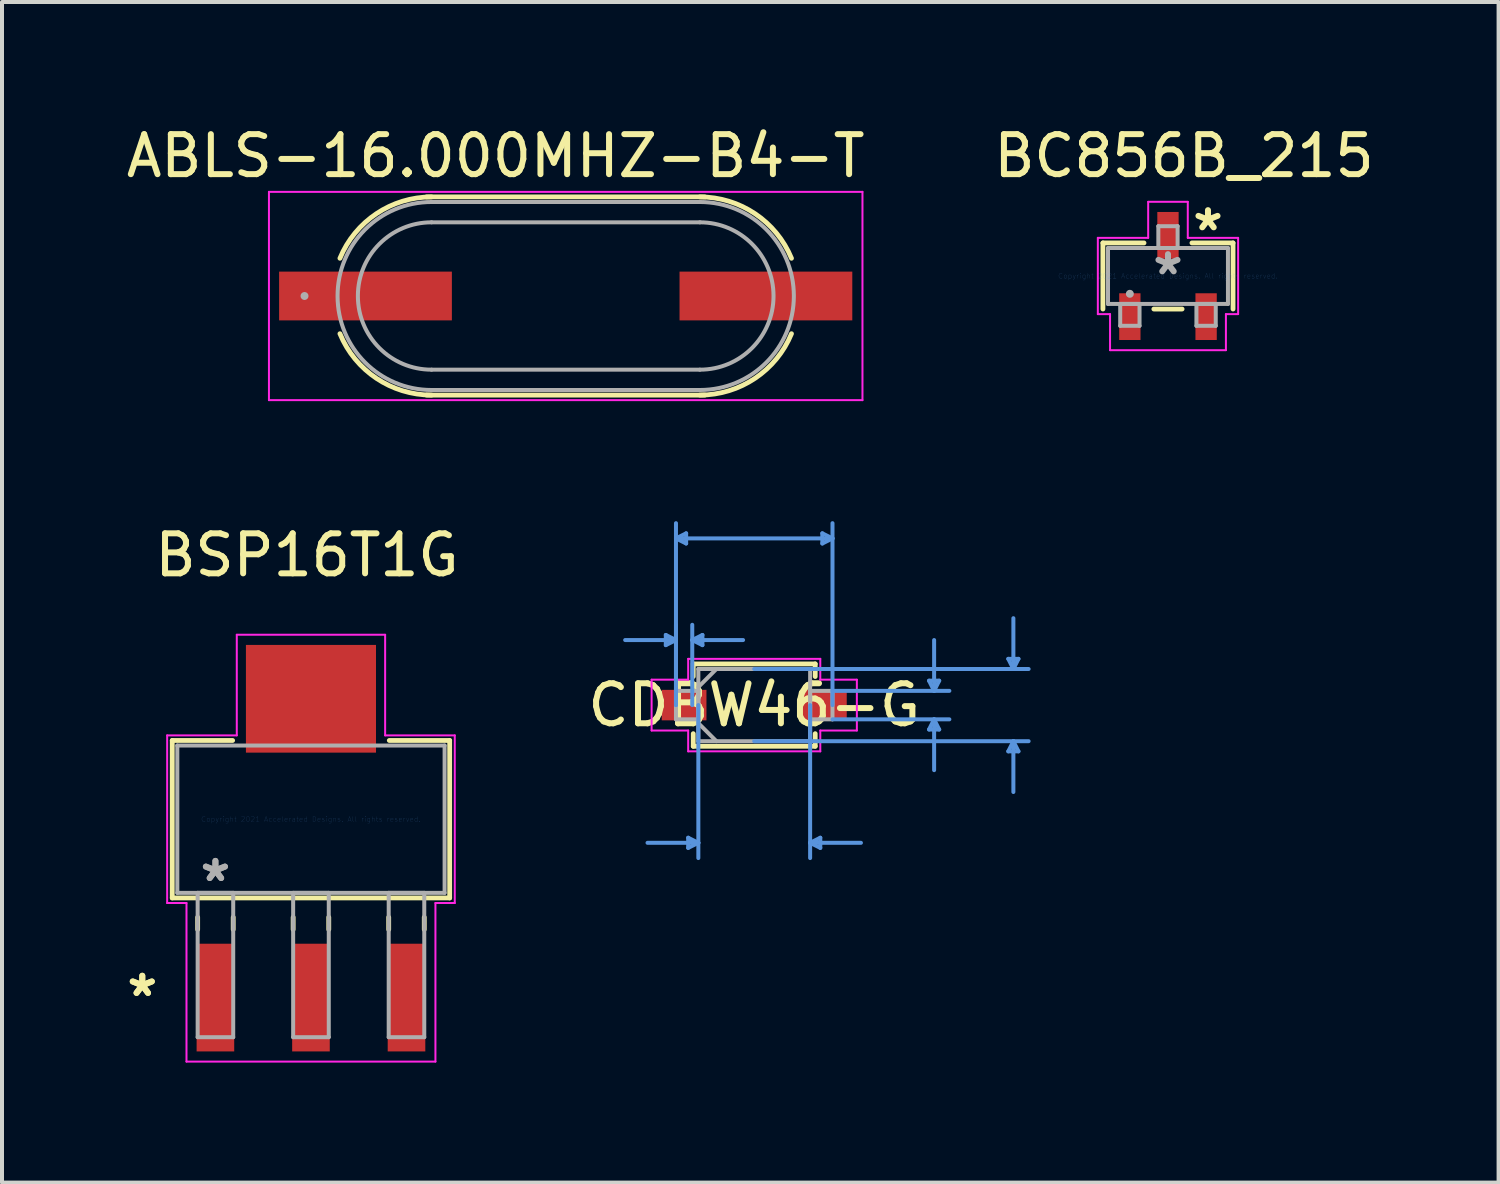
<source format=kicad_pcb>
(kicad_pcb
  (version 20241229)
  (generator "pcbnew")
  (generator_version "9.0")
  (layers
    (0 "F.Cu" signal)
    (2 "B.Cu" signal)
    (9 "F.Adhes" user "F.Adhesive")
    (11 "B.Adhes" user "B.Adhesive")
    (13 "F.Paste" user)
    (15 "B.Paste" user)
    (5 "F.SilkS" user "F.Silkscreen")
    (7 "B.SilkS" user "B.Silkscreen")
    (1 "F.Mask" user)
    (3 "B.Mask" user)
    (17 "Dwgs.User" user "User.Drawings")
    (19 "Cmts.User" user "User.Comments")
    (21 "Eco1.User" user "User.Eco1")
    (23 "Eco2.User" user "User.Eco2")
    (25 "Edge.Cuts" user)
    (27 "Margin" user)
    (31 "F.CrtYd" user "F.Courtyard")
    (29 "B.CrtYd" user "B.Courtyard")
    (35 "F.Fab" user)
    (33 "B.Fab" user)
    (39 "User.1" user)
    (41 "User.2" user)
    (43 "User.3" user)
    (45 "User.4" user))
  (footprint "BSP16T1G"
    (layer "F.Cu")
    (at 4.722 17.425)
    (property "Reference" "BSP16T1G" (at -0.1 -6.6 0) (layer "F.SilkS") (effects (font (size 1 1) (thickness 0.15))))
    (attr through_hole)
    (fp_line (start -3.467 -1.968) (end -3.467 1.968) (stroke (width 0.12) (type solid)) (layer "F.SilkS"))
    (fp_line (start -3.467 1.968) (end 3.467 1.968) (stroke (width 0.12) (type solid)) (layer "F.SilkS"))
    (fp_line (start -2.832 2.451) (end -2.832 2.756) (stroke (width 0.12) (type solid)) (layer "F.SilkS"))
    (fp_line (start -1.958 -1.968) (end -3.467 -1.968) (stroke (width 0.12) (type solid)) (layer "F.SilkS"))
    (fp_line (start -1.943 2.451) (end -1.943 2.756) (stroke (width 0.12) (type solid)) (layer "F.SilkS"))
    (fp_line (start -0.445 2.451) (end -0.445 2.756) (stroke (width 0.12) (type solid)) (layer "F.SilkS"))
    (fp_line (start 0.445 2.451) (end 0.445 2.756) (stroke (width 0.12) (type solid)) (layer "F.SilkS"))
    (fp_line (start 1.943 2.451) (end 1.943 2.756) (stroke (width 0.12) (type solid)) (layer "F.SilkS"))
    (fp_line (start 2.832 2.451) (end 2.832 2.756) (stroke (width 0.12) (type solid)) (layer "F.SilkS"))
    (fp_line (start 3.467 -1.968) (end 1.958 -1.968) (stroke (width 0.12) (type solid)) (layer "F.SilkS"))
    (fp_line (start 3.467 1.968) (end 3.467 -1.968) (stroke (width 0.12) (type solid)) (layer "F.SilkS"))
    (fp_line (start -3.594 -2.095) (end -1.854 -2.095) (stroke (width 0.05) (type solid)) (layer "F.CrtYd"))
    (fp_line (start -3.594 2.095) (end -3.594 -2.095) (stroke (width 0.05) (type solid)) (layer "F.CrtYd"))
    (fp_line (start -3.111 2.095) (end -3.594 2.095) (stroke (width 0.05) (type solid)) (layer "F.CrtYd"))
    (fp_line (start -3.111 6.058) (end -3.111 2.095) (stroke (width 0.05) (type solid)) (layer "F.CrtYd"))
    (fp_line (start -1.854 -4.61) (end 1.854 -4.61) (stroke (width 0.05) (type solid)) (layer "F.CrtYd"))
    (fp_line (start -1.854 -2.095) (end -1.854 -4.61) (stroke (width 0.05) (type solid)) (layer "F.CrtYd"))
    (fp_line (start 1.854 -4.61) (end 1.854 -2.095) (stroke (width 0.05) (type solid)) (layer "F.CrtYd"))
    (fp_line (start 1.854 -2.095) (end 3.594 -2.095) (stroke (width 0.05) (type solid)) (layer "F.CrtYd"))
    (fp_line (start 3.111 2.095) (end 3.111 6.058) (stroke (width 0.05) (type solid)) (layer "F.CrtYd"))
    (fp_line (start 3.111 6.058) (end -3.111 6.058) (stroke (width 0.05) (type solid)) (layer "F.CrtYd"))
    (fp_line (start 3.594 -2.095) (end 3.594 2.095) (stroke (width 0.05) (type solid)) (layer "F.CrtYd"))
    (fp_line (start 3.594 2.095) (end 3.111 2.095) (stroke (width 0.05) (type solid)) (layer "F.CrtYd"))
    (fp_line (start -3.34 -1.841) (end -3.34 1.841) (stroke (width 0.1) (type solid)) (layer "F.Fab"))
    (fp_line (start -3.34 1.841) (end 3.34 1.841) (stroke (width 0.1) (type solid)) (layer "F.Fab"))
    (fp_line (start -2.832 1.841) (end -2.832 5.448) (stroke (width 0.1) (type solid)) (layer "F.Fab"))
    (fp_line (start -2.832 5.448) (end -1.943 5.448) (stroke (width 0.1) (type solid)) (layer "F.Fab"))
    (fp_line (start -1.943 1.841) (end -2.832 1.841) (stroke (width 0.1) (type solid)) (layer "F.Fab"))
    (fp_line (start -1.943 5.448) (end -1.943 1.841) (stroke (width 0.1) (type solid)) (layer "F.Fab"))
    (fp_line (start -0.445 1.841) (end -0.445 5.448) (stroke (width 0.1) (type solid)) (layer "F.Fab"))
    (fp_line (start -0.445 5.448) (end 0.445 5.448) (stroke (width 0.1) (type solid)) (layer "F.Fab"))
    (fp_line (start 0.445 1.841) (end -0.445 1.841) (stroke (width 0.1) (type solid)) (layer "F.Fab"))
    (fp_line (start 0.445 5.448) (end 0.445 1.841) (stroke (width 0.1) (type solid)) (layer "F.Fab"))
    (fp_line (start 1.943 1.841) (end 1.943 5.448) (stroke (width 0.1) (type solid)) (layer "F.Fab"))
    (fp_line (start 1.943 5.448) (end 2.832 5.448) (stroke (width 0.1) (type solid)) (layer "F.Fab"))
    (fp_line (start 2.832 1.841) (end 1.943 1.841) (stroke (width 0.1) (type solid)) (layer "F.Fab"))
    (fp_line (start 2.832 5.448) (end 2.832 1.841) (stroke (width 0.1) (type solid)) (layer "F.Fab"))
    (fp_line (start 3.34 -1.841) (end -3.34 -1.841) (stroke (width 0.1) (type solid)) (layer "F.Fab"))
    (fp_line (start 3.34 1.841) (end 3.34 -1.841) (stroke (width 0.1) (type solid)) (layer "F.Fab"))
    (fp_text user "*" (at -4.216 4.458 0) (layer "F.SilkS") (effects (font (size 1 1) (thickness 0.15))))
    (fp_text user "*" (at -4.216 4.458 0) (layer "F.SilkS") (effects (font (size 1 1) (thickness 0.15))))
    (fp_text user "Copyright 2021 Accelerated Designs. All rights reserved." (at 0 0 0) (layer "Cmts.User") (effects (font (size 0.127 0.127) (thickness 0.002))))
    (fp_text user "*" (at -2.388 1.587 0) (layer "F.Fab") (effects (font (size 1 1) (thickness 0.15))))
    (fp_text user "*" (at -2.388 1.587 0) (layer "F.Fab") (effects (font (size 1 1) (thickness 0.15))))
    (pad "1" smd rect (at -2.388 4.458) (size 0.94 2.692) (layers "F.Cu" "F.Mask" "F.Paste"))
    (pad "2" smd rect (at 0 4.458) (size 0.94 2.692) (layers "F.Cu" "F.Mask" "F.Paste"))
    (pad "3" smd rect (at 2.388 4.458) (size 0.94 2.692) (layers "F.Cu" "F.Mask" "F.Paste"))
    (pad "4" smd rect (at 0 -3.01) (size 3.251 2.692) (layers "F.Cu" "F.Mask" "F.Paste")))
  (footprint "BC856B_215"
    (layer "F.Cu")
    (at 26.142 3.848)
    (property "Reference" "BC856B_215" (at 0.4 -3 0) (layer "F.SilkS") (effects (font (size 1 1) (thickness 0.15))))
    (attr through_hole)
    (fp_line (start -1.626 -0.826) (end -1.626 0.826) (stroke (width 0.12) (type solid)) (layer "F.SilkS"))
    (fp_line (start -0.599 -0.826) (end -1.626 -0.826) (stroke (width 0.12) (type solid)) (layer "F.SilkS"))
    (fp_line (start -0.353 0.826) (end 0.353 0.826) (stroke (width 0.12) (type solid)) (layer "F.SilkS"))
    (fp_line (start 1.626 -0.826) (end 0.599 -0.826) (stroke (width 0.12) (type solid)) (layer "F.SilkS"))
    (fp_line (start 1.626 0.826) (end 1.626 -0.826) (stroke (width 0.12) (type solid)) (layer "F.SilkS"))
    (fp_line (start -1.753 -0.953) (end -0.495 -0.953) (stroke (width 0.05) (type solid)) (layer "F.CrtYd"))
    (fp_line (start -1.753 0.953) (end -1.753 -0.953) (stroke (width 0.05) (type solid)) (layer "F.CrtYd"))
    (fp_line (start -1.448 0.953) (end -1.753 0.953) (stroke (width 0.05) (type solid)) (layer "F.CrtYd"))
    (fp_line (start -1.448 1.854) (end -1.448 0.953) (stroke (width 0.05) (type solid)) (layer "F.CrtYd"))
    (fp_line (start -0.495 -1.854) (end 0.495 -1.854) (stroke (width 0.05) (type solid)) (layer "F.CrtYd"))
    (fp_line (start -0.495 -0.953) (end -0.495 -1.854) (stroke (width 0.05) (type solid)) (layer "F.CrtYd"))
    (fp_line (start 0.495 -1.854) (end 0.495 -0.953) (stroke (width 0.05) (type solid)) (layer "F.CrtYd"))
    (fp_line (start 0.495 -0.953) (end 1.753 -0.953) (stroke (width 0.05) (type solid)) (layer "F.CrtYd"))
    (fp_line (start 1.448 0.953) (end 1.448 1.854) (stroke (width 0.05) (type solid)) (layer "F.CrtYd"))
    (fp_line (start 1.448 1.854) (end -1.448 1.854) (stroke (width 0.05) (type solid)) (layer "F.CrtYd"))
    (fp_line (start 1.753 -0.953) (end 1.753 0.953) (stroke (width 0.05) (type solid)) (layer "F.CrtYd"))
    (fp_line (start 1.753 0.953) (end 1.448 0.953) (stroke (width 0.05) (type solid)) (layer "F.CrtYd"))
    (fp_line (start -1.499 -0.699) (end -1.499 0.699) (stroke (width 0.1) (type solid)) (layer "F.Fab"))
    (fp_line (start -1.499 0.699) (end 1.499 0.699) (stroke (width 0.1) (type solid)) (layer "F.Fab"))
    (fp_line (start -1.194 0.699) (end -1.194 1.245) (stroke (width 0.1) (type solid)) (layer "F.Fab"))
    (fp_line (start -1.194 1.245) (end -0.711 1.245) (stroke (width 0.1) (type solid)) (layer "F.Fab"))
    (fp_line (start -0.711 0.699) (end -1.194 0.699) (stroke (width 0.1) (type solid)) (layer "F.Fab"))
    (fp_line (start -0.711 1.245) (end -0.711 0.699) (stroke (width 0.1) (type solid)) (layer "F.Fab"))
    (fp_line (start -0.241 -1.245) (end -0.241 -0.699) (stroke (width 0.1) (type solid)) (layer "F.Fab"))
    (fp_line (start -0.241 -0.699) (end 0.241 -0.699) (stroke (width 0.1) (type solid)) (layer "F.Fab"))
    (fp_line (start 0.241 -1.245) (end -0.241 -1.245) (stroke (width 0.1) (type solid)) (layer "F.Fab"))
    (fp_line (start 0.241 -0.699) (end 0.241 -1.245) (stroke (width 0.1) (type solid)) (layer "F.Fab"))
    (fp_line (start 0.711 0.699) (end 0.711 1.245) (stroke (width 0.1) (type solid)) (layer "F.Fab"))
    (fp_line (start 0.711 1.245) (end 1.194 1.245) (stroke (width 0.1) (type solid)) (layer "F.Fab"))
    (fp_line (start 1.194 0.699) (end 0.711 0.699) (stroke (width 0.1) (type solid)) (layer "F.Fab"))
    (fp_line (start 1.194 1.245) (end 1.194 0.699) (stroke (width 0.1) (type solid)) (layer "F.Fab"))
    (fp_line (start 1.499 -0.699) (end -1.499 -0.699) (stroke (width 0.1) (type solid)) (layer "F.Fab"))
    (fp_line (start 1.499 0.699) (end 1.499 -0.699) (stroke (width 0.1) (type solid)) (layer "F.Fab"))
    (fp_circle (center -0.953 0.445) (end -0.953 0.445) (stroke (width 0.1) (type solid)) (fill no) (layer "F.Fab"))
    (fp_text user "*" (at 1 -1.1 0) (layer "F.SilkS") (effects (font (size 1 1) (thickness 0.15))))
    (fp_text user "Copyright 2021 Accelerated Designs. All rights reserved." (at 0 0 0) (layer "Cmts.User") (effects (font (size 0.127 0.127) (thickness 0.002))))
    (fp_text user "*" (at 0 0 0) (layer "F.Fab") (effects (font (size 1 1) (thickness 0.15))))
    (pad "1" smd rect (at -0.953 1.016) (size 0.533 1.168) (layers "F.Cu" "F.Mask" "F.Paste"))
    (pad "2" smd rect (at 0.953 1.016) (size 0.533 1.168) (layers "F.Cu" "F.Mask" "F.Paste"))
    (pad "3" smd rect (at 0 -1.016) (size 0.533 1.168) (layers "F.Cu" "F.Mask" "F.Paste")))
  (footprint "ABLS-16.000MHZ-B4-T"
    (layer "F.Cu")
    (at 11.089 4.348)
    (property "Reference" "ABLS-16.000MHZ-B4-T" (at -1.75 -3.5 0) (layer "F.SilkS") (effects (font (size 1 1) (thickness 0.15))))
    (attr through_hole)
    (fp_line (start -3.48 -2.477) (end 3.48 -2.477) (stroke (width 0.12) (type solid)) (layer "F.SilkS"))
    (fp_line (start 3.48 2.477) (end -3.48 2.477) (stroke (width 0.12) (type solid)) (layer "F.SilkS"))
    (fp_arc (start -5.643007 -0.94234) (mid -4.731087 -2.057518) (end -3.3528 -2.4765) (stroke (width 0.12) (type solid)) (layer "F.SilkS"))
    (fp_arc (start -3.352803 2.4765) (mid -4.731089 2.057516) (end -5.643008 0.942338) (stroke (width 0.12) (type solid)) (layer "F.SilkS"))
    (fp_arc (start 3.3528 -2.4765) (mid 4.731086 -2.057518) (end 5.643007 -0.94234) (stroke (width 0.12) (type solid)) (layer "F.SilkS"))
    (fp_arc (start 5.643007 0.94234) (mid 4.731087 2.057518) (end 3.3528 2.4765) (stroke (width 0.12) (type solid)) (layer "F.SilkS"))
    (fp_line (start -7.417 -2.603) (end 7.417 -2.603) (stroke (width 0.05) (type solid)) (layer "F.CrtYd"))
    (fp_line (start -7.417 2.603) (end -7.417 -2.603) (stroke (width 0.05) (type solid)) (layer "F.CrtYd"))
    (fp_line (start 7.417 -2.603) (end 7.417 2.603) (stroke (width 0.05) (type solid)) (layer "F.CrtYd"))
    (fp_line (start 7.417 2.603) (end -7.417 2.603) (stroke (width 0.05) (type solid)) (layer "F.CrtYd"))
    (fp_line (start -3.353 -2.349) (end 3.353 -2.349) (stroke (width 0.1) (type solid)) (layer "F.Fab"))
    (fp_line (start -3.353 -1.841) (end 3.353 -1.841) (stroke (width 0.1) (type solid)) (layer "F.Fab"))
    (fp_line (start 3.353 1.841) (end -3.353 1.841) (stroke (width 0.1) (type solid)) (layer "F.Fab"))
    (fp_line (start 3.353 2.349) (end -3.353 2.349) (stroke (width 0.1) (type solid)) (layer "F.Fab"))
    (fp_arc (start -3.3528 1.8415) (mid -5.1943 0) (end -3.3528 -1.8415) (stroke (width 0.1) (type solid)) (layer "F.Fab"))
    (fp_arc (start -3.3528 2.3495) (mid -5.7023 0) (end -3.3528 -2.3495) (stroke (width 0.1) (type solid)) (layer "F.Fab"))
    (fp_arc (start 3.3528 -2.3495) (mid 5.7023 0) (end 3.3528 2.3495) (stroke (width 0.1) (type solid)) (layer "F.Fab"))
    (fp_arc (start 3.3528 -1.8415) (mid 5.1943 0) (end 3.3528 1.8415) (stroke (width 0.1) (type solid)) (layer "F.Fab"))
    (fp_circle (center -6.528 0) (end -6.528 0) (stroke (width 0.1) (type solid)) (fill no) (layer "F.Fab"))
    (pad "1" smd rect (at -5.004 0 90) (size 1.219 4.318) (layers "F.Cu" "F.Mask" "F.Paste"))
    (pad "2" smd rect (at 5.004 0 90) (size 1.219 4.318) (layers "F.Cu" "F.Mask" "F.Paste")))
  (footprint "CDBW46-G"
    (layer "F.Cu")
    (at 15.801 14.573)
    (property "Reference" "CDBW46-G" (at 0 0 0) (layer "F.SilkS") (effects (font (size 1 1) (thickness 0.15))))
    (attr through_hole)
    (fp_line (start -1.524 -1.029) (end -1.524 -0.714) (stroke (width 0.12) (type solid)) (layer "F.SilkS"))
    (fp_line (start -1.524 0.714) (end -1.524 1.029) (stroke (width 0.12) (type solid)) (layer "F.SilkS"))
    (fp_line (start -1.524 1.029) (end 1.524 1.029) (stroke (width 0.12) (type solid)) (layer "F.SilkS"))
    (fp_line (start 1.524 -1.029) (end -1.524 -1.029) (stroke (width 0.12) (type solid)) (layer "F.SilkS"))
    (fp_line (start 1.524 -0.714) (end 1.524 -1.029) (stroke (width 0.12) (type solid)) (layer "F.SilkS"))
    (fp_line (start 1.524 1.029) (end 1.524 0.714) (stroke (width 0.12) (type solid)) (layer "F.SilkS"))
    (fp_line (start -2.21 -1.753) (end -2.21 -1.499) (stroke (width 0.1) (type solid)) (layer "Cmts.User"))
    (fp_line (start -1.956 -4.166) (end -1.702 -4.293) (stroke (width 0.1) (type solid)) (layer "Cmts.User"))
    (fp_line (start -1.956 -4.166) (end -1.702 -4.039) (stroke (width 0.1) (type solid)) (layer "Cmts.User"))
    (fp_line (start -1.956 -4.166) (end 1.956 -4.166) (stroke (width 0.1) (type solid)) (layer "Cmts.User"))
    (fp_line (start -1.956 -1.626) (end -3.226 -1.626) (stroke (width 0.1) (type solid)) (layer "Cmts.User"))
    (fp_line (start -1.956 -1.626) (end -2.21 -1.753) (stroke (width 0.1) (type solid)) (layer "Cmts.User"))
    (fp_line (start -1.956 -1.626) (end -2.21 -1.499) (stroke (width 0.1) (type solid)) (layer "Cmts.User"))
    (fp_line (start -1.956 0) (end -1.956 -4.547) (stroke (width 0.1) (type solid)) (layer "Cmts.User"))
    (fp_line (start -1.956 0) (end -1.956 -2.007) (stroke (width 0.1) (type solid)) (layer "Cmts.User"))
    (fp_line (start -1.702 -4.293) (end -1.702 -4.039) (stroke (width 0.1) (type solid)) (layer "Cmts.User"))
    (fp_line (start -1.651 3.315) (end -1.651 3.569) (stroke (width 0.1) (type solid)) (layer "Cmts.User"))
    (fp_line (start -1.549 -1.626) (end -1.295 -1.753) (stroke (width 0.1) (type solid)) (layer "Cmts.User"))
    (fp_line (start -1.549 -1.626) (end -1.295 -1.499) (stroke (width 0.1) (type solid)) (layer "Cmts.User"))
    (fp_line (start -1.549 -1.626) (end -0.279 -1.626) (stroke (width 0.1) (type solid)) (layer "Cmts.User"))
    (fp_line (start -1.549 0) (end -1.549 -2.007) (stroke (width 0.1) (type solid)) (layer "Cmts.User"))
    (fp_line (start -1.397 0) (end -1.397 3.823) (stroke (width 0.1) (type solid)) (layer "Cmts.User"))
    (fp_line (start -1.397 3.442) (end -2.667 3.442) (stroke (width 0.1) (type solid)) (layer "Cmts.User"))
    (fp_line (start -1.397 3.442) (end -1.651 3.315) (stroke (width 0.1) (type solid)) (layer "Cmts.User"))
    (fp_line (start -1.397 3.442) (end -1.651 3.569) (stroke (width 0.1) (type solid)) (layer "Cmts.User"))
    (fp_line (start -1.295 -1.753) (end -1.295 -1.499) (stroke (width 0.1) (type solid)) (layer "Cmts.User"))
    (fp_line (start 0 -0.902) (end 6.858 -0.902) (stroke (width 0.1) (type solid)) (layer "Cmts.User"))
    (fp_line (start 0 0.902) (end 6.858 0.902) (stroke (width 0.1) (type solid)) (layer "Cmts.User"))
    (fp_line (start 1.397 0) (end 1.397 3.823) (stroke (width 0.1) (type solid)) (layer "Cmts.User"))
    (fp_line (start 1.397 3.442) (end 1.651 3.315) (stroke (width 0.1) (type solid)) (layer "Cmts.User"))
    (fp_line (start 1.397 3.442) (end 1.651 3.569) (stroke (width 0.1) (type solid)) (layer "Cmts.User"))
    (fp_line (start 1.397 3.442) (end 2.667 3.442) (stroke (width 0.1) (type solid)) (layer "Cmts.User"))
    (fp_line (start 1.651 3.315) (end 1.651 3.569) (stroke (width 0.1) (type solid)) (layer "Cmts.User"))
    (fp_line (start 1.702 -4.293) (end 1.702 -4.039) (stroke (width 0.1) (type solid)) (layer "Cmts.User"))
    (fp_line (start 1.956 -4.166) (end 1.702 -4.293) (stroke (width 0.1) (type solid)) (layer "Cmts.User"))
    (fp_line (start 1.956 -4.166) (end 1.702 -4.039) (stroke (width 0.1) (type solid)) (layer "Cmts.User"))
    (fp_line (start 1.956 -0.356) (end 4.877 -0.356) (stroke (width 0.1) (type solid)) (layer "Cmts.User"))
    (fp_line (start 1.956 0) (end 1.956 -4.547) (stroke (width 0.1) (type solid)) (layer "Cmts.User"))
    (fp_line (start 1.956 0.356) (end 4.877 0.356) (stroke (width 0.1) (type solid)) (layer "Cmts.User"))
    (fp_line (start 4.369 -0.61) (end 4.623 -0.61) (stroke (width 0.1) (type solid)) (layer "Cmts.User"))
    (fp_line (start 4.369 0.61) (end 4.623 0.61) (stroke (width 0.1) (type solid)) (layer "Cmts.User"))
    (fp_line (start 4.496 -0.356) (end 4.369 -0.61) (stroke (width 0.1) (type solid)) (layer "Cmts.User"))
    (fp_line (start 4.496 -0.356) (end 4.496 -1.626) (stroke (width 0.1) (type solid)) (layer "Cmts.User"))
    (fp_line (start 4.496 -0.356) (end 4.623 -0.61) (stroke (width 0.1) (type solid)) (layer "Cmts.User"))
    (fp_line (start 4.496 0.356) (end 4.369 0.61) (stroke (width 0.1) (type solid)) (layer "Cmts.User"))
    (fp_line (start 4.496 0.356) (end 4.496 1.626) (stroke (width 0.1) (type solid)) (layer "Cmts.User"))
    (fp_line (start 4.496 0.356) (end 4.623 0.61) (stroke (width 0.1) (type solid)) (layer "Cmts.User"))
    (fp_line (start 6.35 -1.156) (end 6.604 -1.156) (stroke (width 0.1) (type solid)) (layer "Cmts.User"))
    (fp_line (start 6.35 1.156) (end 6.604 1.156) (stroke (width 0.1) (type solid)) (layer "Cmts.User"))
    (fp_line (start 6.477 -0.902) (end 6.35 -1.156) (stroke (width 0.1) (type solid)) (layer "Cmts.User"))
    (fp_line (start 6.477 -0.902) (end 6.477 -2.172) (stroke (width 0.1) (type solid)) (layer "Cmts.User"))
    (fp_line (start 6.477 -0.902) (end 6.604 -1.156) (stroke (width 0.1) (type solid)) (layer "Cmts.User"))
    (fp_line (start 6.477 0.902) (end 6.35 1.156) (stroke (width 0.1) (type solid)) (layer "Cmts.User"))
    (fp_line (start 6.477 0.902) (end 6.477 2.172) (stroke (width 0.1) (type solid)) (layer "Cmts.User"))
    (fp_line (start 6.477 0.902) (end 6.604 1.156) (stroke (width 0.1) (type solid)) (layer "Cmts.User"))
    (fp_line (start -2.565 -0.635) (end -1.651 -0.635) (stroke (width 0.05) (type solid)) (layer "F.CrtYd"))
    (fp_line (start -2.565 0.635) (end -2.565 -0.635) (stroke (width 0.05) (type solid)) (layer "F.CrtYd"))
    (fp_line (start -1.651 -1.156) (end 1.651 -1.156) (stroke (width 0.05) (type solid)) (layer "F.CrtYd"))
    (fp_line (start -1.651 -0.635) (end -1.651 -1.156) (stroke (width 0.05) (type solid)) (layer "F.CrtYd"))
    (fp_line (start -1.651 0.635) (end -2.565 0.635) (stroke (width 0.05) (type solid)) (layer "F.CrtYd"))
    (fp_line (start -1.651 1.156) (end -1.651 0.635) (stroke (width 0.05) (type solid)) (layer "F.CrtYd"))
    (fp_line (start 1.651 -1.156) (end 1.651 -0.635) (stroke (width 0.05) (type solid)) (layer "F.CrtYd"))
    (fp_line (start 1.651 -0.635) (end 2.565 -0.635) (stroke (width 0.05) (type solid)) (layer "F.CrtYd"))
    (fp_line (start 1.651 0.635) (end 1.651 1.156) (stroke (width 0.05) (type solid)) (layer "F.CrtYd"))
    (fp_line (start 1.651 1.156) (end -1.651 1.156) (stroke (width 0.05) (type solid)) (layer "F.CrtYd"))
    (fp_line (start 2.565 -0.635) (end 2.565 0.635) (stroke (width 0.05) (type solid)) (layer "F.CrtYd"))
    (fp_line (start 2.565 0.635) (end 1.651 0.635) (stroke (width 0.05) (type solid)) (layer "F.CrtYd"))
    (fp_line (start -1.956 -0.356) (end -1.956 0.356) (stroke (width 0.1) (type solid)) (layer "F.Fab"))
    (fp_line (start -1.956 0.356) (end -1.397 0.356) (stroke (width 0.1) (type solid)) (layer "F.Fab"))
    (fp_line (start -1.397 -0.902) (end -1.397 0.902) (stroke (width 0.1) (type solid)) (layer "F.Fab"))
    (fp_line (start -1.397 -0.451) (end -0.946 -0.902) (stroke (width 0.1) (type solid)) (layer "F.Fab"))
    (fp_line (start -1.397 -0.356) (end -1.956 -0.356) (stroke (width 0.1) (type solid)) (layer "F.Fab"))
    (fp_line (start -1.397 0.356) (end -1.397 -0.356) (stroke (width 0.1) (type solid)) (layer "F.Fab"))
    (fp_line (start -1.397 0.451) (end -0.946 0.902) (stroke (width 0.1) (type solid)) (layer "F.Fab"))
    (fp_line (start -1.397 0.902) (end 1.397 0.902) (stroke (width 0.1) (type solid)) (layer "F.Fab"))
    (fp_line (start 1.397 -0.902) (end -1.397 -0.902) (stroke (width 0.1) (type solid)) (layer "F.Fab"))
    (fp_line (start 1.397 -0.356) (end 1.397 0.356) (stroke (width 0.1) (type solid)) (layer "F.Fab"))
    (fp_line (start 1.397 0.356) (end 1.956 0.356) (stroke (width 0.1) (type solid)) (layer "F.Fab"))
    (fp_line (start 1.397 0.902) (end 1.397 -0.902) (stroke (width 0.1) (type solid)) (layer "F.Fab"))
    (fp_line (start 1.956 -0.356) (end 1.397 -0.356) (stroke (width 0.1) (type solid)) (layer "F.Fab"))
    (fp_line (start 1.956 0.356) (end 1.956 -0.356) (stroke (width 0.1) (type solid)) (layer "F.Fab"))
    (pad "1" smd rect (at -1.753 0) (size 1.118 0.762) (layers "F.Cu" "F.Mask" "F.Paste"))
    (pad "2" smd rect (at 1.753 0) (size 1.118 0.762) (layers "F.Cu" "F.Mask" "F.Paste")))
  (gr_rect
    (start -3 -3)
    (end 34.405 26.508)
    (stroke (width 0.1) (type default))
    (fill no)
    (layer "Edge.Cuts")))
</source>
